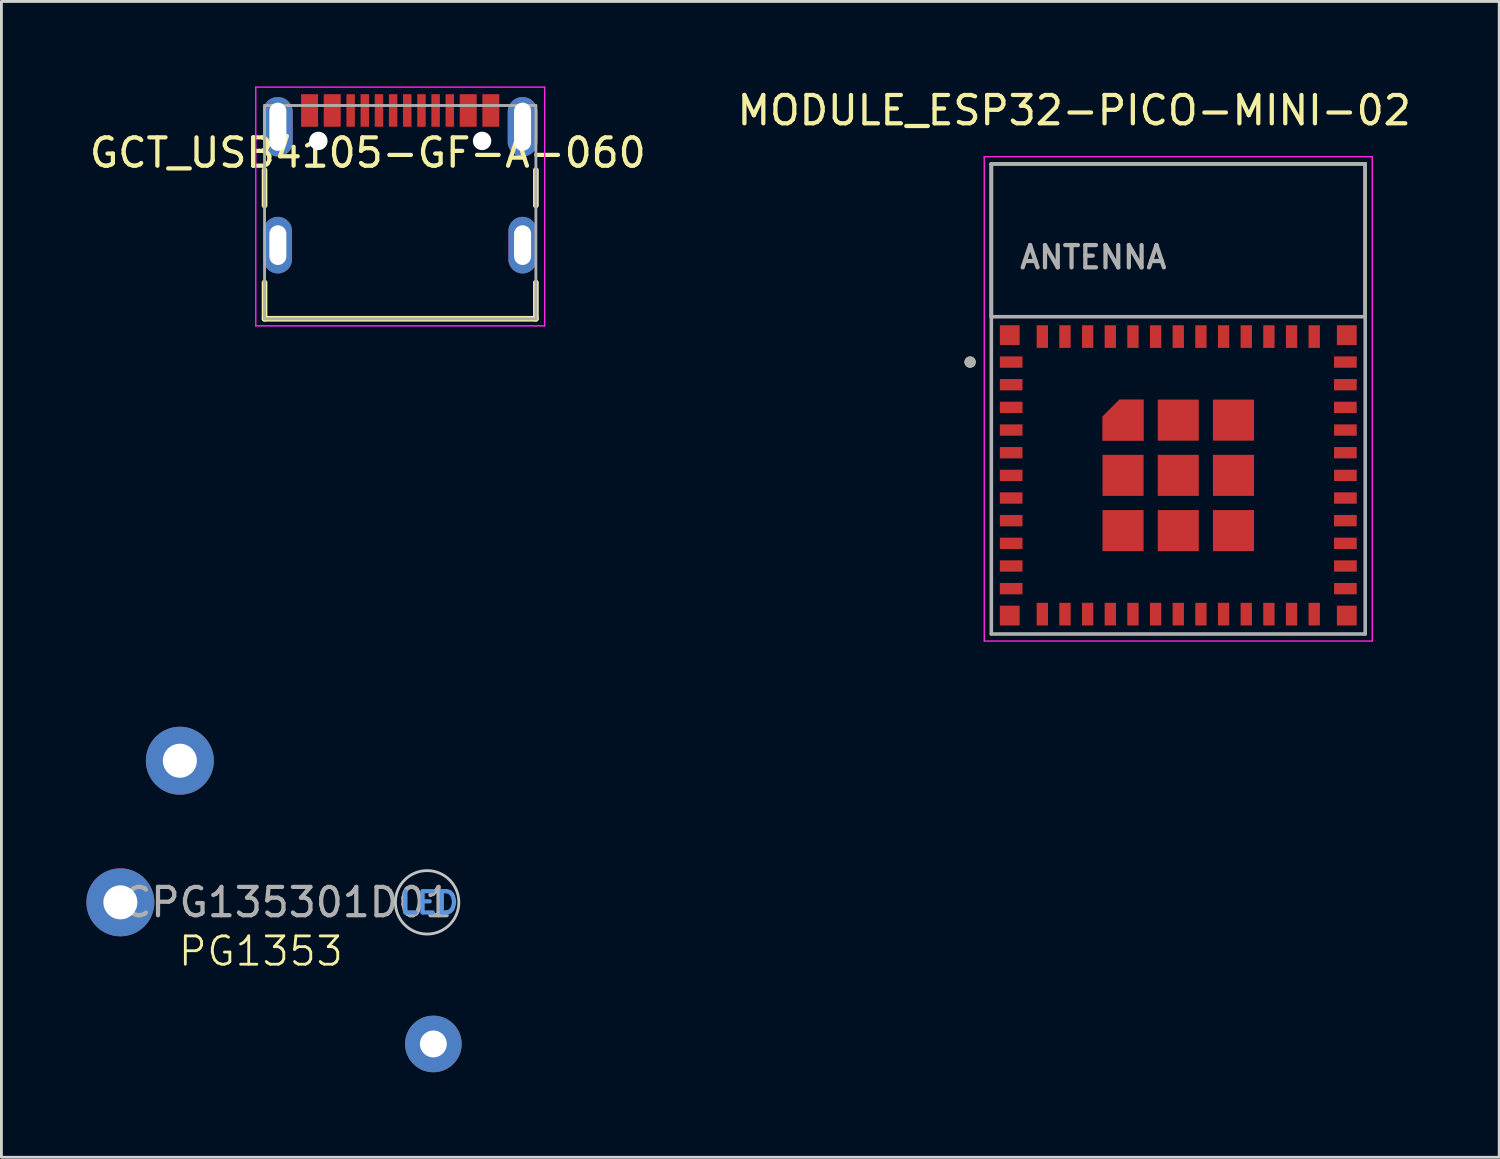
<source format=kicad_pcb>
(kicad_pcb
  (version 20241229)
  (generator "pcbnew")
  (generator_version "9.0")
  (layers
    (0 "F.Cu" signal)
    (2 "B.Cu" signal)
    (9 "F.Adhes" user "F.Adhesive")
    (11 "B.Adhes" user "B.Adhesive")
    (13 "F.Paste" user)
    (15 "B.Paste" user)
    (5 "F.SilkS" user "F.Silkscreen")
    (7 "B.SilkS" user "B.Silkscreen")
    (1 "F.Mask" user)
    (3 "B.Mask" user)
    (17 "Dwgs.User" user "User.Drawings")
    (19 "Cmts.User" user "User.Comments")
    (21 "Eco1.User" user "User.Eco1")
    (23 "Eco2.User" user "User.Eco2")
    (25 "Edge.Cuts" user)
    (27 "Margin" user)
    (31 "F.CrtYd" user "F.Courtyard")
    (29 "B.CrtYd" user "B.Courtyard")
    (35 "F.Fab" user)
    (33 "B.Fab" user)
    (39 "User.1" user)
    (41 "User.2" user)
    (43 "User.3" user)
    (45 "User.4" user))
  (footprint "GCT_USB4105-GF-A-060"
    (layer "F.Cu")
    (at 11.08 5.605)
    (property "Reference" "GCT_USB4105-GF-A-060" (at -1.145 -3.26 180) (layer "F.SilkS") (effects (font (size 1 1) (thickness 0.15))))
    (attr smd)
    (fp_line (start -4.79 -2.65) (end -4.79 -1.4) (stroke (width 0.2) (type solid)) (layer "F.SilkS"))
    (fp_line (start -4.79 1.32) (end -4.79 2.6) (stroke (width 0.2) (type solid)) (layer "F.SilkS"))
    (fp_line (start -4.79 2.6) (end 4.79 2.6) (stroke (width 0.2) (type solid)) (layer "F.SilkS"))
    (fp_line (start 4.79 -2.65) (end 4.79 -1.4) (stroke (width 0.2) (type solid)) (layer "F.SilkS"))
    (fp_line (start 4.79 2.6) (end 4.79 1.32) (stroke (width 0.2) (type solid)) (layer "F.SilkS"))
    (fp_line (start -5.1 -5.58) (end -5.1 2.85) (stroke (width 0.05) (type solid)) (layer "F.CrtYd"))
    (fp_line (start -5.1 2.85) (end 5.1 2.85) (stroke (width 0.05) (type solid)) (layer "F.CrtYd"))
    (fp_line (start 5.1 -5.58) (end -5.1 -5.58) (stroke (width 0.05) (type solid)) (layer "F.CrtYd"))
    (fp_line (start 5.1 2.85) (end 5.1 -5.58) (stroke (width 0.05) (type solid)) (layer "F.CrtYd"))
    (fp_line (start -4.79 -4.93) (end 4.79 -4.93) (stroke (width 0.1) (type solid)) (layer "F.Fab"))
    (fp_line (start -4.79 2.6) (end -4.79 -4.93) (stroke (width 0.1) (type solid)) (layer "F.Fab"))
    (fp_line (start 4.79 -4.93) (end 4.79 2.6) (stroke (width 0.1) (type solid)) (layer "F.Fab"))
    (fp_line (start 4.79 2.6) (end -4.79 2.6) (stroke (width 0.1) (type solid)) (layer "F.Fab"))
    (pad "" np_thru_hole circle (at -2.89 -3.68) (size 0.65 0.65) (drill 0.65) (layers "*.Cu" "*.Mask"))
    (pad "" np_thru_hole circle (at 2.89 -3.68) (size 0.65 0.65) (drill 0.65) (layers "*.Cu" "*.Mask"))
    (pad "A1_B12" smd rect (at -3.2 -4.755) (size 0.6 1.15) (layers "F.Cu" "F.Mask" "F.Paste"))
    (pad "A4_B9" smd rect (at -2.4 -4.755) (size 0.6 1.15) (layers "F.Cu" "F.Mask" "F.Paste"))
    (pad "A5" smd rect (at -1.25 -4.755) (size 0.3 1.15) (layers "F.Cu" "F.Mask" "F.Paste"))
    (pad "A6" smd rect (at -0.25 -4.755) (size 0.3 1.15) (layers "F.Cu" "F.Mask" "F.Paste"))
    (pad "A7" smd rect (at 0.25 -4.755) (size 0.3 1.15) (layers "F.Cu" "F.Mask" "F.Paste"))
    (pad "A8" smd rect (at 1.25 -4.755) (size 0.3 1.15) (layers "F.Cu" "F.Mask" "F.Paste"))
    (pad "B1_A12" smd rect (at 3.2 -4.755) (size 0.6 1.15) (layers "F.Cu" "F.Mask" "F.Paste"))
    (pad "B4_A9" smd rect (at 2.4 -4.755) (size 0.6 1.15) (layers "F.Cu" "F.Mask" "F.Paste"))
    (pad "B5" smd rect (at 1.75 -4.755) (size 0.3 1.15) (layers "F.Cu" "F.Mask" "F.Paste"))
    (pad "B6" smd rect (at 0.75 -4.755) (size 0.3 1.15) (layers "F.Cu" "F.Mask" "F.Paste"))
    (pad "B7" smd rect (at -0.75 -4.755) (size 0.3 1.15) (layers "F.Cu" "F.Mask" "F.Paste"))
    (pad "B8" smd rect (at -1.75 -4.755) (size 0.3 1.15) (layers "F.Cu" "F.Mask" "F.Paste"))
    (pad "S1" thru_hole oval (at -4.32 -4.18) (size 1.05 2.1) (drill oval 0.6 1.7) (layers "*.Cu" "F.Mask"))
    (pad "S2" thru_hole oval (at -4.32 0) (size 1 2) (drill oval 0.6 1.4) (layers "*.Cu" "*.Mask"))
    (pad "S3" thru_hole oval (at 4.32 0) (size 1 2) (drill oval 0.6 1.4) (layers "*.Cu" "*.Mask"))
    (pad "S4" thru_hole oval (at 4.32 -4.18) (size 1.05 2.1) (drill oval 0.6 1.7) (layers "*.Cu" "F.Mask")))
  (footprint "MODULE_ESP32-PICO-MINI-02"
    (layer "F.Cu")
    (at 38.55 13.733)
    (property "Reference" "MODULE_ESP32-PICO-MINI-02" (at -3.675 -12.885 0) (layer "F.SilkS") (effects (font (size 1 1) (thickness 0.15))))
    (attr smd)
    (fp_poly (pts (xy -1.125 -1.125) (xy -1.125 -2.775) (xy -2.175 -2.775) (xy -2.775 -2.175) (xy -2.775 -1.125)) (stroke (width 0.01) (type solid)) (fill yes) (layer "F.Mask"))
    (fp_line (start -6.6 -11) (end 6.6 -11) (stroke (width 0.127) (type solid)) (layer "F.SilkS"))
    (fp_line (start -6.6 -5.6) (end -6.6 -11) (stroke (width 0.127) (type solid)) (layer "F.SilkS"))
    (fp_line (start 6.6 -11) (end 6.6 -5.6) (stroke (width 0.127) (type solid)) (layer "F.SilkS"))
    (fp_circle (center -7.35 -4) (end -7.25 -4) (stroke (width 0.2) (type solid)) (fill no) (layer "F.SilkS"))
    (fp_poly (pts (xy -1.225 -1.225) (xy -1.225 -2.675) (xy -2.075 -2.675) (xy -2.675 -2.075) (xy -2.675 -1.225)) (stroke (width 0.01) (type solid)) (fill yes) (layer "F.Paste"))
    (fp_line (start -6.85 -11.25) (end -6.85 5.85) (stroke (width 0.05) (type solid)) (layer "F.CrtYd"))
    (fp_line (start -6.85 5.85) (end 6.85 5.85) (stroke (width 0.05) (type solid)) (layer "F.CrtYd"))
    (fp_line (start 6.85 -11.25) (end -6.85 -11.25) (stroke (width 0.05) (type solid)) (layer "F.CrtYd"))
    (fp_line (start 6.85 5.85) (end 6.85 -11.25) (stroke (width 0.05) (type solid)) (layer "F.CrtYd"))
    (fp_line (start -6.6 -11) (end 6.6 -11) (stroke (width 0.127) (type solid)) (layer "F.Fab"))
    (fp_line (start -6.6 -5.6) (end -6.6 -11) (stroke (width 0.127) (type solid)) (layer "F.Fab"))
    (fp_line (start -6.6 -5.6) (end 6.6 -5.6) (stroke (width 0.127) (type solid)) (layer "F.Fab"))
    (fp_line (start -6.6 5.6) (end -6.6 -5.6) (stroke (width 0.127) (type solid)) (layer "F.Fab"))
    (fp_line (start 6.6 -11) (end 6.6 -5.6) (stroke (width 0.127) (type solid)) (layer "F.Fab"))
    (fp_line (start 6.6 -5.6) (end 6.6 5.6) (stroke (width 0.127) (type solid)) (layer "F.Fab"))
    (fp_line (start 6.6 5.6) (end -6.6 5.6) (stroke (width 0.127) (type solid)) (layer "F.Fab"))
    (fp_circle (center -7.35 -4) (end -7.25 -4) (stroke (width 0.2) (type solid)) (fill no) (layer "F.Fab"))
    (fp_text user "ANTENNA" (at -3 -7.7 0) (layer "F.Fab") (effects (font (size 0.787 0.787) (thickness 0.15))))
    (pad "1" smd rect (at -5.9 -4) (size 0.8 0.4) (layers "F.Cu" "F.Mask" "F.Paste"))
    (pad "2" smd rect (at -5.9 -3.2) (size 0.8 0.4) (layers "F.Cu" "F.Mask" "F.Paste"))
    (pad "3" smd rect (at -5.9 -2.4) (size 0.8 0.4) (layers "F.Cu" "F.Mask" "F.Paste"))
    (pad "4" smd rect (at -5.9 -1.6) (size 0.8 0.4) (layers "F.Cu" "F.Mask" "F.Paste"))
    (pad "5" smd rect (at -5.9 -0.8) (size 0.8 0.4) (layers "F.Cu" "F.Mask" "F.Paste"))
    (pad "6" smd rect (at -5.9 0) (size 0.8 0.4) (layers "F.Cu" "F.Mask" "F.Paste"))
    (pad "7" smd rect (at -5.9 0.8) (size 0.8 0.4) (layers "F.Cu" "F.Mask" "F.Paste"))
    (pad "8" smd rect (at -5.9 1.6) (size 0.8 0.4) (layers "F.Cu" "F.Mask" "F.Paste"))
    (pad "9" smd rect (at -5.9 2.4) (size 0.8 0.4) (layers "F.Cu" "F.Mask" "F.Paste"))
    (pad "10" smd rect (at -5.9 3.2) (size 0.8 0.4) (layers "F.Cu" "F.Mask" "F.Paste"))
    (pad "11" smd rect (at -5.9 4) (size 0.8 0.4) (layers "F.Cu" "F.Mask" "F.Paste"))
    (pad "12" smd rect (at -4.8 4.9) (size 0.4 0.8) (layers "F.Cu" "F.Mask" "F.Paste"))
    (pad "13" smd rect (at -4 4.9) (size 0.4 0.8) (layers "F.Cu" "F.Mask" "F.Paste"))
    (pad "14" smd rect (at -3.2 4.9) (size 0.4 0.8) (layers "F.Cu" "F.Mask" "F.Paste"))
    (pad "15" smd rect (at -2.4 4.9) (size 0.4 0.8) (layers "F.Cu" "F.Mask" "F.Paste"))
    (pad "16" smd rect (at -1.6 4.9) (size 0.4 0.8) (layers "F.Cu" "F.Mask" "F.Paste"))
    (pad "17" smd rect (at -0.8 4.9) (size 0.4 0.8) (layers "F.Cu" "F.Mask" "F.Paste"))
    (pad "18" smd rect (at 0 4.9) (size 0.4 0.8) (layers "F.Cu" "F.Mask" "F.Paste"))
    (pad "19" smd rect (at 0.8 4.9) (size 0.4 0.8) (layers "F.Cu" "F.Mask" "F.Paste"))
    (pad "20" smd rect (at 1.6 4.9) (size 0.4 0.8) (layers "F.Cu" "F.Mask" "F.Paste"))
    (pad "21" smd rect (at 2.4 4.9) (size 0.4 0.8) (layers "F.Cu" "F.Mask" "F.Paste"))
    (pad "22" smd rect (at 3.2 4.9) (size 0.4 0.8) (layers "F.Cu" "F.Mask" "F.Paste"))
    (pad "23" smd rect (at 4 4.9) (size 0.4 0.8) (layers "F.Cu" "F.Mask" "F.Paste"))
    (pad "24" smd rect (at 4.8 4.9) (size 0.4 0.8) (layers "F.Cu" "F.Mask" "F.Paste"))
    (pad "25" smd rect (at 5.9 4) (size 0.8 0.4) (layers "F.Cu" "F.Mask" "F.Paste"))
    (pad "26" smd rect (at 5.9 3.2) (size 0.8 0.4) (layers "F.Cu" "F.Mask" "F.Paste"))
    (pad "27" smd rect (at 5.9 2.4) (size 0.8 0.4) (layers "F.Cu" "F.Mask" "F.Paste"))
    (pad "28" smd rect (at 5.9 1.6) (size 0.8 0.4) (layers "F.Cu" "F.Mask" "F.Paste"))
    (pad "29" smd rect (at 5.9 0.8) (size 0.8 0.4) (layers "F.Cu" "F.Mask" "F.Paste"))
    (pad "30" smd rect (at 5.9 0) (size 0.8 0.4) (layers "F.Cu" "F.Mask" "F.Paste"))
    (pad "31" smd rect (at 5.9 -0.8) (size 0.8 0.4) (layers "F.Cu" "F.Mask" "F.Paste"))
    (pad "32" smd rect (at 5.9 -1.6) (size 0.8 0.4) (layers "F.Cu" "F.Mask" "F.Paste"))
    (pad "33" smd rect (at 5.9 -2.4) (size 0.8 0.4) (layers "F.Cu" "F.Mask" "F.Paste"))
    (pad "34" smd rect (at 5.9 -3.2) (size 0.8 0.4) (layers "F.Cu" "F.Mask" "F.Paste"))
    (pad "35" smd rect (at 5.9 -4) (size 0.8 0.4) (layers "F.Cu" "F.Mask" "F.Paste"))
    (pad "36" smd rect (at 4.8 -4.9) (size 0.4 0.8) (layers "F.Cu" "F.Mask" "F.Paste"))
    (pad "37" smd rect (at 4 -4.9) (size 0.4 0.8) (layers "F.Cu" "F.Mask" "F.Paste"))
    (pad "38" smd rect (at 3.2 -4.9) (size 0.4 0.8) (layers "F.Cu" "F.Mask" "F.Paste"))
    (pad "39" smd rect (at 2.4 -4.9) (size 0.4 0.8) (layers "F.Cu" "F.Mask" "F.Paste"))
    (pad "40" smd rect (at 1.6 -4.9) (size 0.4 0.8) (layers "F.Cu" "F.Mask" "F.Paste"))
    (pad "41" smd rect (at 0.8 -4.9) (size 0.4 0.8) (layers "F.Cu" "F.Mask" "F.Paste"))
    (pad "42" smd rect (at 0 -4.9) (size 0.4 0.8) (layers "F.Cu" "F.Mask" "F.Paste"))
    (pad "43" smd rect (at -0.8 -4.9) (size 0.4 0.8) (layers "F.Cu" "F.Mask" "F.Paste"))
    (pad "44" smd rect (at -1.6 -4.9) (size 0.4 0.8) (layers "F.Cu" "F.Mask" "F.Paste"))
    (pad "45" smd rect (at -2.4 -4.9) (size 0.4 0.8) (layers "F.Cu" "F.Mask" "F.Paste"))
    (pad "46" smd rect (at -3.2 -4.9) (size 0.4 0.8) (layers "F.Cu" "F.Mask" "F.Paste"))
    (pad "47" smd rect (at -4 -4.9) (size 0.4 0.8) (layers "F.Cu" "F.Mask" "F.Paste"))
    (pad "48" smd rect (at -4.8 -4.9) (size 0.4 0.8) (layers "F.Cu" "F.Mask" "F.Paste"))
    (pad "49" smd rect (at 0 0) (size 1.45 1.45) (layers "F.Cu" "F.Mask" "F.Paste"))
    (pad "50" smd rect (at 5.95 -4.95) (size 0.7 0.7) (layers "F.Cu" "F.Mask" "F.Paste"))
    (pad "51" smd rect (at 5.95 4.95) (size 0.7 0.7) (layers "F.Cu" "F.Mask" "F.Paste"))
    (pad "52" smd rect (at -5.95 4.95) (size 0.7 0.7) (layers "F.Cu" "F.Mask" "F.Paste"))
    (pad "53" smd rect (at -5.95 -4.95) (size 0.7 0.7) (layers "F.Cu" "F.Mask" "F.Paste"))
    (pad "54" smd rect (at -1.95 0) (size 1.45 1.45) (layers "F.Cu" "F.Mask" "F.Paste"))
    (pad "55" smd rect (at -1.95 1.95) (size 1.45 1.45) (layers "F.Cu" "F.Mask" "F.Paste"))
    (pad "56" smd rect (at 0 1.95) (size 1.45 1.45) (layers "F.Cu" "F.Mask" "F.Paste"))
    (pad "57" smd rect (at 1.95 1.95) (size 1.45 1.45) (layers "F.Cu" "F.Mask" "F.Paste"))
    (pad "58" smd rect (at 1.95 0) (size 1.45 1.45) (layers "F.Cu" "F.Mask" "F.Paste"))
    (pad "59" smd rect (at 1.95 -1.95) (size 1.45 1.45) (layers "F.Cu" "F.Mask" "F.Paste"))
    (pad "60" smd rect (at 0 -1.95) (size 1.45 1.45) (layers "F.Cu" "F.Mask" "F.Paste"))
    (pad "61" smd custom (at -1.95 -1.95) (size 0.5 0.5) (layers "F.Cu") (options (anchor rect)) (primitives (gr_poly (pts (xy 0.725 0.725) (xy 0.725 -0.725) (xy -0.125 -0.725) (xy -0.725 -0.125) (xy -0.725 0.725)) (width 0.01) (fill yes))))
    (zone (net_name "") (layer "F.Cu") (hatch full 0.508) (connect_pads) (min_thickness 0.01) (filled_areas_thickness no) (keepout (tracks not_allowed) (vias not_allowed) (pads not_allowed) (copperpour not_allowed) (footprints allowed)) (placement (enabled no)) (fill) (polygon (pts (xy 31.95 2.733) (xy 45.15 2.733) (xy 45.15 8.133) (xy 31.95 8.133))))
    (zone (net_name "") (layers "F.Cu" "B.Cu") (hatch full 0.508) (connect_pads) (min_thickness 0.01) (filled_areas_thickness no) (keepout (tracks allowed) (vias not_allowed) (pads allowed) (copperpour allowed) (footprints allowed)) (placement (enabled no)) (fill) (polygon (pts (xy 31.95 2.733) (xy 45.15 2.733) (xy 45.15 8.133) (xy 31.95 8.133))))
    (zone (net_name "") (layer "B.Cu") (hatch full 0.508) (connect_pads) (min_thickness 0.01) (filled_areas_thickness no) (keepout (tracks not_allowed) (vias not_allowed) (pads not_allowed) (copperpour not_allowed) (footprints allowed)) (placement (enabled no)) (fill) (polygon (pts (xy 31.95 2.733) (xy 45.15 2.733) (xy 45.15 8.133) (xy 31.95 8.133)))))
  (footprint "PG1353"
    (layer "F.Cu")
    (at 7.1 28.808)
    (property "Reference" "PG1353" (at -0.94 1.727 0) (unlocked yes) (layer "F.SilkS") (effects (font (size 1 1) (thickness 0.1))))
    (property "MPN" "CPG135301D01" (at 0 0 0) (unlocked yes) (layer "F.Fab") (effects (font (size 1 1) (thickness 0.15))))
    (attr through_hole)
    (fp_circle (center 4.93 0) (end 6.05 0) (stroke (width 0.1) (type default)) (fill no) (layer "Dwgs.User"))
    (fp_circle (center 0 0) (end 2.5 0) (stroke (width 0.001) (type default)) (fill no) (layer "Edge.Cuts"))
    (fp_text user "LED" (at 3.886 0.457 0) (unlocked yes) (layer "Cmts.User") (effects (font (size 0.75 0.75) (thickness 0.15)) (justify left bottom)))
    (pad "" np_thru_hole circle (at 5.15 5) (size 2 2) (drill 0.95) (layers "*.Cu" "*.Mask"))
    (pad "1" thru_hole circle (at -3.8 -5) (size 2.4 2.4) (drill 1.2) (layers "*.Cu" "*.Mask"))
    (pad "2" thru_hole circle (at -5.9 0) (size 2.4 2.4) (drill 1.2) (layers "*.Cu" "*.Mask")))
  (gr_rect
    (start -3 -3)
    (end 49.881 37.808)
    (stroke (width 0.1) (type default))
    (fill no)
    (layer "Edge.Cuts")))
</source>
